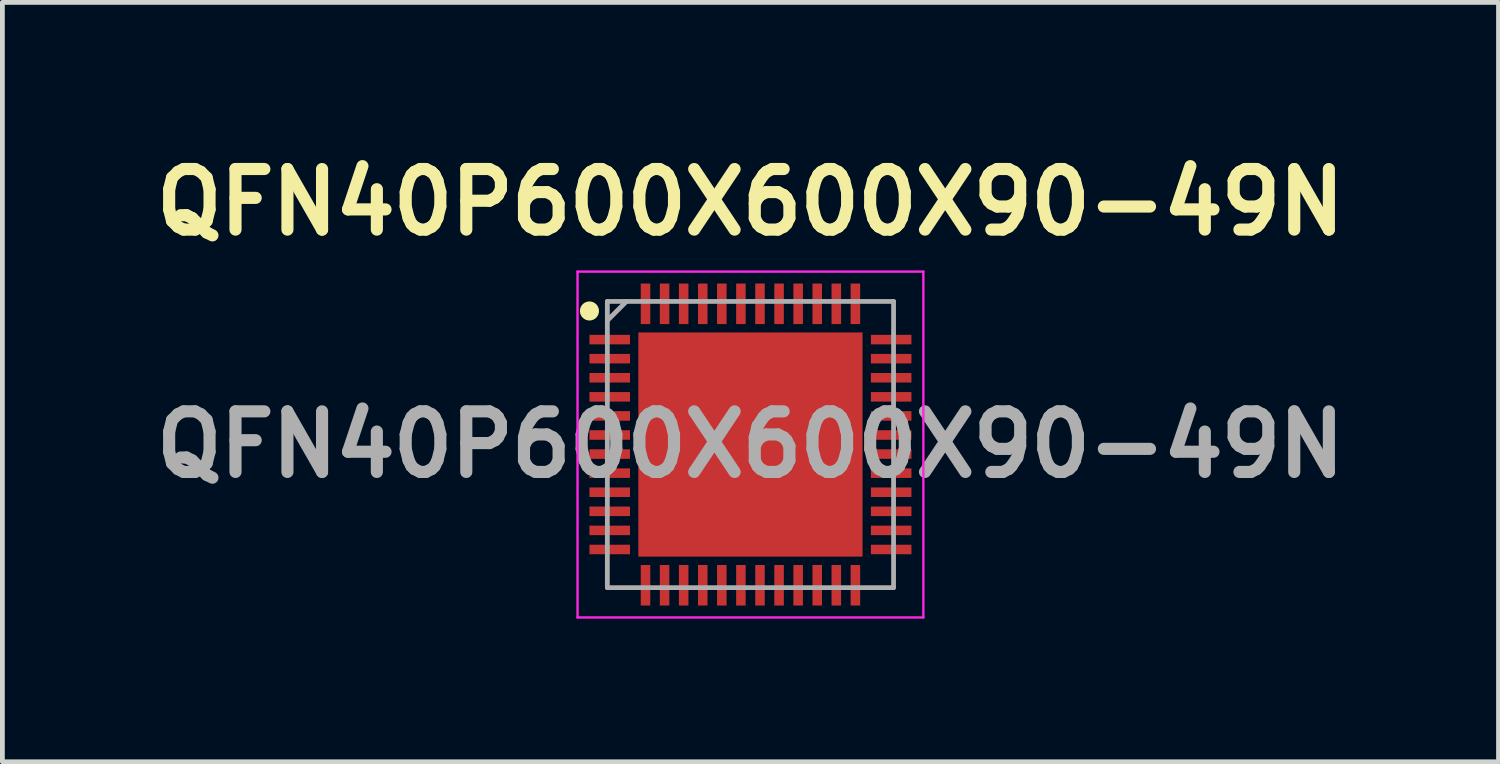
<source format=kicad_pcb>
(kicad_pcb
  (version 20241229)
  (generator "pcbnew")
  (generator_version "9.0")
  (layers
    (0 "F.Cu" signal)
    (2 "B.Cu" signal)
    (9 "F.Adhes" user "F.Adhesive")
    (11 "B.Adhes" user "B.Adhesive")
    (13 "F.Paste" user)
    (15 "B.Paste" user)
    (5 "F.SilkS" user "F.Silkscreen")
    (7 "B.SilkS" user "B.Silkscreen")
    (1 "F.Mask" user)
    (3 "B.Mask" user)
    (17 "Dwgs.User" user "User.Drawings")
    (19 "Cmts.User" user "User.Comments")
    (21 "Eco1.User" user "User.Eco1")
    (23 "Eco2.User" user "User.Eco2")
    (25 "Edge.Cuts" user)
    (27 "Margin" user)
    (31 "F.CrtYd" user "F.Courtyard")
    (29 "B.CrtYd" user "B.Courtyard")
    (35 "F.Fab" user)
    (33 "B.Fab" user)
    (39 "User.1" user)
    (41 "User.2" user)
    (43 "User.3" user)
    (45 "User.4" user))
  (footprint "QFN40P600X600X90-49N"
    (layer "F.Cu")
    (at 12.682 6.269)
    (property "Reference" "QFN40P600X600X90-49N" (at 0 -5.08 0) (layer "F.SilkS") (effects (font (size 1.27 1.27) (thickness 0.254))))
    (attr smd)
    (fp_circle (center -3.375 -2.8) (end -3.375 -2.7) (stroke (width 0.2) (type solid)) (fill no) (layer "F.SilkS"))
    (fp_line (start -3.625 -3.625) (end 3.625 -3.625) (stroke (width 0.05) (type solid)) (layer "F.CrtYd"))
    (fp_line (start -3.625 3.625) (end -3.625 -3.625) (stroke (width 0.05) (type solid)) (layer "F.CrtYd"))
    (fp_line (start 3.625 -3.625) (end 3.625 3.625) (stroke (width 0.05) (type solid)) (layer "F.CrtYd"))
    (fp_line (start 3.625 3.625) (end -3.625 3.625) (stroke (width 0.05) (type solid)) (layer "F.CrtYd"))
    (fp_line (start -3 -3) (end 3 -3) (stroke (width 0.1) (type solid)) (layer "F.Fab"))
    (fp_line (start -3 -2.6) (end -2.6 -3) (stroke (width 0.1) (type solid)) (layer "F.Fab"))
    (fp_line (start -3 3) (end -3 -3) (stroke (width 0.1) (type solid)) (layer "F.Fab"))
    (fp_line (start 3 -3) (end 3 3) (stroke (width 0.1) (type solid)) (layer "F.Fab"))
    (fp_line (start 3 3) (end -3 3) (stroke (width 0.1) (type solid)) (layer "F.Fab"))
    (fp_text user "${REFERENCE}" (at 0 0 0) (layer "F.Fab") (effects (font (size 1.27 1.27) (thickness 0.254))))
    (pad "1" smd rect (at -2.95 -2.2 90) (size 0.2 0.85) (layers "F.Cu" "F.Mask" "F.Paste"))
    (pad "2" smd rect (at -2.95 -1.8 90) (size 0.2 0.85) (layers "F.Cu" "F.Mask" "F.Paste"))
    (pad "3" smd rect (at -2.95 -1.4 90) (size 0.2 0.85) (layers "F.Cu" "F.Mask" "F.Paste"))
    (pad "4" smd rect (at -2.95 -1 90) (size 0.2 0.85) (layers "F.Cu" "F.Mask" "F.Paste"))
    (pad "5" smd rect (at -2.95 -0.6 90) (size 0.2 0.85) (layers "F.Cu" "F.Mask" "F.Paste"))
    (pad "6" smd rect (at -2.95 -0.2 90) (size 0.2 0.85) (layers "F.Cu" "F.Mask" "F.Paste"))
    (pad "7" smd rect (at -2.95 0.2 90) (size 0.2 0.85) (layers "F.Cu" "F.Mask" "F.Paste"))
    (pad "8" smd rect (at -2.95 0.6 90) (size 0.2 0.85) (layers "F.Cu" "F.Mask" "F.Paste"))
    (pad "9" smd rect (at -2.95 1 90) (size 0.2 0.85) (layers "F.Cu" "F.Mask" "F.Paste"))
    (pad "10" smd rect (at -2.95 1.4 90) (size 0.2 0.85) (layers "F.Cu" "F.Mask" "F.Paste"))
    (pad "11" smd rect (at -2.95 1.8 90) (size 0.2 0.85) (layers "F.Cu" "F.Mask" "F.Paste"))
    (pad "12" smd rect (at -2.95 2.2 90) (size 0.2 0.85) (layers "F.Cu" "F.Mask" "F.Paste"))
    (pad "13" smd rect (at -2.2 2.95) (size 0.2 0.85) (layers "F.Cu" "F.Mask" "F.Paste"))
    (pad "14" smd rect (at -1.8 2.95) (size 0.2 0.85) (layers "F.Cu" "F.Mask" "F.Paste"))
    (pad "15" smd rect (at -1.4 2.95) (size 0.2 0.85) (layers "F.Cu" "F.Mask" "F.Paste"))
    (pad "16" smd rect (at -1 2.95) (size 0.2 0.85) (layers "F.Cu" "F.Mask" "F.Paste"))
    (pad "17" smd rect (at -0.6 2.95) (size 0.2 0.85) (layers "F.Cu" "F.Mask" "F.Paste"))
    (pad "18" smd rect (at -0.2 2.95) (size 0.2 0.85) (layers "F.Cu" "F.Mask" "F.Paste"))
    (pad "19" smd rect (at 0.2 2.95) (size 0.2 0.85) (layers "F.Cu" "F.Mask" "F.Paste"))
    (pad "20" smd rect (at 0.6 2.95) (size 0.2 0.85) (layers "F.Cu" "F.Mask" "F.Paste"))
    (pad "21" smd rect (at 1 2.95) (size 0.2 0.85) (layers "F.Cu" "F.Mask" "F.Paste"))
    (pad "22" smd rect (at 1.4 2.95) (size 0.2 0.85) (layers "F.Cu" "F.Mask" "F.Paste"))
    (pad "23" smd rect (at 1.8 2.95) (size 0.2 0.85) (layers "F.Cu" "F.Mask" "F.Paste"))
    (pad "24" smd rect (at 2.2 2.95) (size 0.2 0.85) (layers "F.Cu" "F.Mask" "F.Paste"))
    (pad "25" smd rect (at 2.95 2.2 90) (size 0.2 0.85) (layers "F.Cu" "F.Mask" "F.Paste"))
    (pad "26" smd rect (at 2.95 1.8 90) (size 0.2 0.85) (layers "F.Cu" "F.Mask" "F.Paste"))
    (pad "27" smd rect (at 2.95 1.4 90) (size 0.2 0.85) (layers "F.Cu" "F.Mask" "F.Paste"))
    (pad "28" smd rect (at 2.95 1 90) (size 0.2 0.85) (layers "F.Cu" "F.Mask" "F.Paste"))
    (pad "29" smd rect (at 2.95 0.6 90) (size 0.2 0.85) (layers "F.Cu" "F.Mask" "F.Paste"))
    (pad "30" smd rect (at 2.95 0.2 90) (size 0.2 0.85) (layers "F.Cu" "F.Mask" "F.Paste"))
    (pad "31" smd rect (at 2.95 -0.2 90) (size 0.2 0.85) (layers "F.Cu" "F.Mask" "F.Paste"))
    (pad "32" smd rect (at 2.95 -0.6 90) (size 0.2 0.85) (layers "F.Cu" "F.Mask" "F.Paste"))
    (pad "33" smd rect (at 2.95 -1 90) (size 0.2 0.85) (layers "F.Cu" "F.Mask" "F.Paste"))
    (pad "34" smd rect (at 2.95 -1.4 90) (size 0.2 0.85) (layers "F.Cu" "F.Mask" "F.Paste"))
    (pad "35" smd rect (at 2.95 -1.8 90) (size 0.2 0.85) (layers "F.Cu" "F.Mask" "F.Paste"))
    (pad "36" smd rect (at 2.95 -2.2 90) (size 0.2 0.85) (layers "F.Cu" "F.Mask" "F.Paste"))
    (pad "37" smd rect (at 2.2 -2.95) (size 0.2 0.85) (layers "F.Cu" "F.Mask" "F.Paste"))
    (pad "38" smd rect (at 1.8 -2.95) (size 0.2 0.85) (layers "F.Cu" "F.Mask" "F.Paste"))
    (pad "39" smd rect (at 1.4 -2.95) (size 0.2 0.85) (layers "F.Cu" "F.Mask" "F.Paste"))
    (pad "40" smd rect (at 1 -2.95) (size 0.2 0.85) (layers "F.Cu" "F.Mask" "F.Paste"))
    (pad "41" smd rect (at 0.6 -2.95) (size 0.2 0.85) (layers "F.Cu" "F.Mask" "F.Paste"))
    (pad "42" smd rect (at 0.2 -2.95) (size 0.2 0.85) (layers "F.Cu" "F.Mask" "F.Paste"))
    (pad "43" smd rect (at -0.2 -2.95) (size 0.2 0.85) (layers "F.Cu" "F.Mask" "F.Paste"))
    (pad "44" smd rect (at -0.6 -2.95) (size 0.2 0.85) (layers "F.Cu" "F.Mask" "F.Paste"))
    (pad "45" smd rect (at -1 -2.95) (size 0.2 0.85) (layers "F.Cu" "F.Mask" "F.Paste"))
    (pad "46" smd rect (at -1.4 -2.95) (size 0.2 0.85) (layers "F.Cu" "F.Mask" "F.Paste"))
    (pad "47" smd rect (at -1.8 -2.95) (size 0.2 0.85) (layers "F.Cu" "F.Mask" "F.Paste"))
    (pad "48" smd rect (at -2.2 -2.95) (size 0.2 0.85) (layers "F.Cu" "F.Mask" "F.Paste"))
    (pad "49" smd rect (at 0 0) (size 4.7 4.7) (layers "F.Cu" "F.Mask" "F.Paste")))
  (gr_rect
    (start -3 -3)
    (end 28.364 12.919)
    (stroke (width 0.1) (type default))
    (fill no)
    (layer "Edge.Cuts")))
</source>
